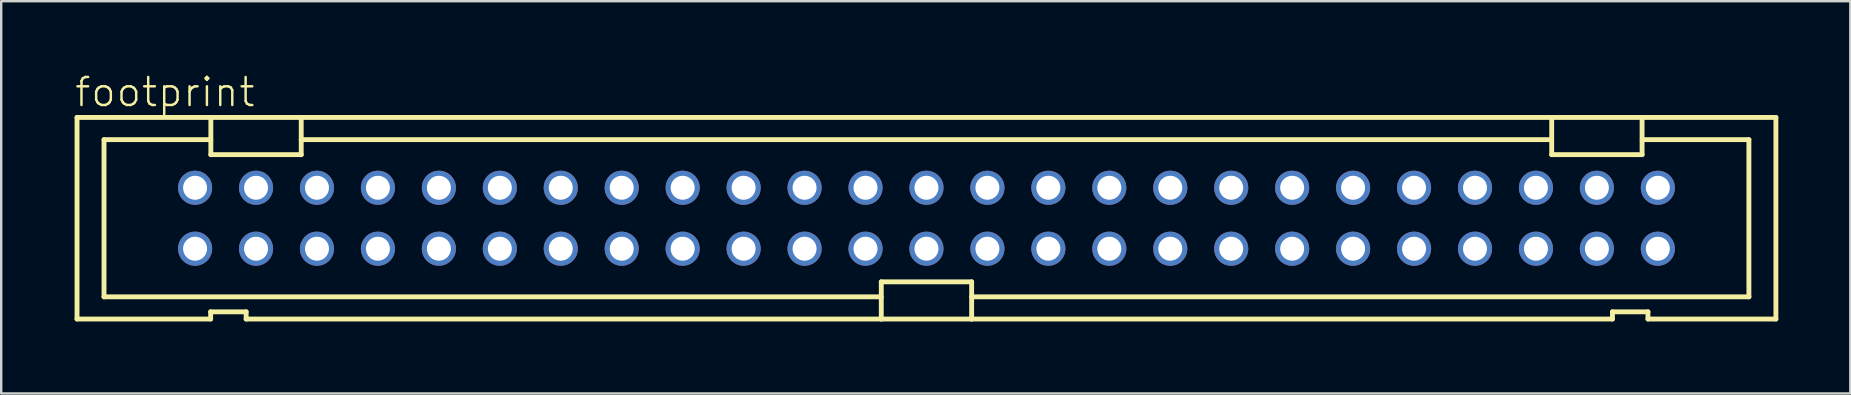
<source format=kicad_pcb>
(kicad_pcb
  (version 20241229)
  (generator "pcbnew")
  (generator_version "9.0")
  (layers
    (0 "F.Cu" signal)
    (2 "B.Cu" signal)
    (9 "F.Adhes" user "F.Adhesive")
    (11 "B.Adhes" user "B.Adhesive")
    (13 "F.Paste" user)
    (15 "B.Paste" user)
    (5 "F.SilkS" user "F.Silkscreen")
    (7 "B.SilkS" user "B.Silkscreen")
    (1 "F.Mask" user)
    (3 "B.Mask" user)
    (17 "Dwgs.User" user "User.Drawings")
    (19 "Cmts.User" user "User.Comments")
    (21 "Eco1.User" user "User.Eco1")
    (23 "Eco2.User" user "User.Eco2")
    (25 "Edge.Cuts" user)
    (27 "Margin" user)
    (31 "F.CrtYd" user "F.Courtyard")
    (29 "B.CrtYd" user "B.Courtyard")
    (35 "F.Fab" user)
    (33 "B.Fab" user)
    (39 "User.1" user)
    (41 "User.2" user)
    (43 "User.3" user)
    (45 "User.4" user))
  (footprint "footprint"
    (layer "F.Cu")
    (at 35.56 6.045)
    (property "Reference" "footprint" (at -35.56 -4.572 0) (layer "F.SilkS") (effects (font (size 1.168 1.168) (thickness 0.102)) (justify left bottom)))
    (fp_line (start -35.4 -4.2) (end -29.823 -4.2) (stroke (width 0.203) (type solid)) (layer "F.SilkS"))
    (fp_line (start -35.4 4.2) (end -35.4 -4.2) (stroke (width 0.203) (type solid)) (layer "F.SilkS"))
    (fp_line (start -34.275 -3.275) (end -29.83 -3.275) (stroke (width 0.203) (type solid)) (layer "F.SilkS"))
    (fp_line (start -34.275 3.275) (end -34.275 -3.275) (stroke (width 0.203) (type solid)) (layer "F.SilkS"))
    (fp_line (start -29.831 3.9) (end -29.831 4.2) (stroke (width 0.203) (type solid)) (layer "F.SilkS"))
    (fp_line (start -29.831 4.2) (end -35.4 4.2) (stroke (width 0.203) (type solid)) (layer "F.SilkS"))
    (fp_line (start -29.823 -4.2) (end -29.823 -2.65) (stroke (width 0.203) (type solid)) (layer "F.SilkS"))
    (fp_line (start -29.823 -4.2) (end -26.057 -4.2) (stroke (width 0.203) (type solid)) (layer "F.SilkS"))
    (fp_line (start -29.823 -2.65) (end -26.057 -2.65) (stroke (width 0.203) (type solid)) (layer "F.SilkS"))
    (fp_line (start -28.352 3.9) (end -29.831 3.9) (stroke (width 0.203) (type solid)) (layer "F.SilkS"))
    (fp_line (start -28.352 4.2) (end -28.352 3.9) (stroke (width 0.203) (type solid)) (layer "F.SilkS"))
    (fp_line (start -26.057 -4.2) (end 26.057 -4.2) (stroke (width 0.203) (type solid)) (layer "F.SilkS"))
    (fp_line (start -26.057 -2.65) (end -26.057 -4.2) (stroke (width 0.203) (type solid)) (layer "F.SilkS"))
    (fp_line (start -26.055 -3.275) (end 26.055 -3.275) (stroke (width 0.203) (type solid)) (layer "F.SilkS"))
    (fp_line (start -1.883 2.65) (end -1.883 4.2) (stroke (width 0.203) (type solid)) (layer "F.SilkS"))
    (fp_line (start -1.883 3.275) (end -34.275 3.275) (stroke (width 0.203) (type solid)) (layer "F.SilkS"))
    (fp_line (start -1.883 4.2) (end -28.352 4.2) (stroke (width 0.203) (type solid)) (layer "F.SilkS"))
    (fp_line (start 1.883 2.65) (end -1.883 2.65) (stroke (width 0.203) (type solid)) (layer "F.SilkS"))
    (fp_line (start 1.883 4.2) (end -1.883 4.2) (stroke (width 0.203) (type solid)) (layer "F.SilkS"))
    (fp_line (start 1.883 4.2) (end 1.883 2.65) (stroke (width 0.203) (type solid)) (layer "F.SilkS"))
    (fp_line (start 26.057 -4.2) (end 26.057 -2.65) (stroke (width 0.203) (type solid)) (layer "F.SilkS"))
    (fp_line (start 26.057 -4.2) (end 29.823 -4.2) (stroke (width 0.203) (type solid)) (layer "F.SilkS"))
    (fp_line (start 26.057 -2.65) (end 29.823 -2.65) (stroke (width 0.203) (type solid)) (layer "F.SilkS"))
    (fp_line (start 28.589 3.9) (end 28.589 4.2) (stroke (width 0.203) (type solid)) (layer "F.SilkS"))
    (fp_line (start 28.589 4.2) (end 1.883 4.2) (stroke (width 0.203) (type solid)) (layer "F.SilkS"))
    (fp_line (start 29.823 -4.2) (end 35.4 -4.2) (stroke (width 0.203) (type solid)) (layer "F.SilkS"))
    (fp_line (start 29.823 -2.65) (end 29.823 -4.2) (stroke (width 0.203) (type solid)) (layer "F.SilkS"))
    (fp_line (start 29.83 -3.275) (end 34.275 -3.275) (stroke (width 0.203) (type solid)) (layer "F.SilkS"))
    (fp_line (start 30.068 3.9) (end 28.589 3.9) (stroke (width 0.203) (type solid)) (layer "F.SilkS"))
    (fp_line (start 30.068 4.2) (end 30.068 3.9) (stroke (width 0.203) (type solid)) (layer "F.SilkS"))
    (fp_line (start 34.275 -3.275) (end 34.275 3.275) (stroke (width 0.203) (type solid)) (layer "F.SilkS"))
    (fp_line (start 34.275 3.275) (end 1.883 3.275) (stroke (width 0.203) (type solid)) (layer "F.SilkS"))
    (fp_line (start 35.4 -4.2) (end 35.4 4.2) (stroke (width 0.203) (type solid)) (layer "F.SilkS"))
    (fp_line (start 35.4 4.2) (end 30.068 4.2) (stroke (width 0.203) (type solid)) (layer "F.SilkS"))
    (pad "1" thru_hole circle (at -30.48 1.27) (size 1.422 1.422) (drill 1) (layers "*.Cu" "*.Mask"))
    (pad "2" thru_hole circle (at -30.48 -1.27) (size 1.422 1.422) (drill 1) (layers "*.Cu" "*.Mask"))
    (pad "3" thru_hole circle (at -27.94 1.27) (size 1.422 1.422) (drill 1) (layers "*.Cu" "*.Mask"))
    (pad "4" thru_hole circle (at -27.94 -1.27) (size 1.422 1.422) (drill 1) (layers "*.Cu" "*.Mask"))
    (pad "5" thru_hole circle (at -25.4 1.27) (size 1.422 1.422) (drill 1) (layers "*.Cu" "*.Mask"))
    (pad "6" thru_hole circle (at -25.4 -1.27) (size 1.422 1.422) (drill 1) (layers "*.Cu" "*.Mask"))
    (pad "7" thru_hole circle (at -22.86 1.27) (size 1.422 1.422) (drill 1) (layers "*.Cu" "*.Mask"))
    (pad "8" thru_hole circle (at -22.86 -1.27) (size 1.422 1.422) (drill 1) (layers "*.Cu" "*.Mask"))
    (pad "9" thru_hole circle (at -20.32 1.27) (size 1.422 1.422) (drill 1) (layers "*.Cu" "*.Mask"))
    (pad "10" thru_hole circle (at -20.32 -1.27) (size 1.422 1.422) (drill 1) (layers "*.Cu" "*.Mask"))
    (pad "11" thru_hole circle (at -17.78 1.27) (size 1.422 1.422) (drill 1) (layers "*.Cu" "*.Mask"))
    (pad "12" thru_hole circle (at -17.78 -1.27) (size 1.422 1.422) (drill 1) (layers "*.Cu" "*.Mask"))
    (pad "13" thru_hole circle (at -15.24 1.27) (size 1.422 1.422) (drill 1) (layers "*.Cu" "*.Mask"))
    (pad "14" thru_hole circle (at -15.24 -1.27) (size 1.422 1.422) (drill 1) (layers "*.Cu" "*.Mask"))
    (pad "15" thru_hole circle (at -12.7 1.27) (size 1.422 1.422) (drill 1) (layers "*.Cu" "*.Mask"))
    (pad "16" thru_hole circle (at -12.7 -1.27) (size 1.422 1.422) (drill 1) (layers "*.Cu" "*.Mask"))
    (pad "17" thru_hole circle (at -10.16 1.27) (size 1.422 1.422) (drill 1) (layers "*.Cu" "*.Mask"))
    (pad "18" thru_hole circle (at -10.16 -1.27) (size 1.422 1.422) (drill 1) (layers "*.Cu" "*.Mask"))
    (pad "19" thru_hole circle (at -7.62 1.27) (size 1.422 1.422) (drill 1) (layers "*.Cu" "*.Mask"))
    (pad "20" thru_hole circle (at -7.62 -1.27) (size 1.422 1.422) (drill 1) (layers "*.Cu" "*.Mask"))
    (pad "21" thru_hole circle (at -5.08 1.27) (size 1.422 1.422) (drill 1) (layers "*.Cu" "*.Mask"))
    (pad "22" thru_hole circle (at -5.08 -1.27) (size 1.422 1.422) (drill 1) (layers "*.Cu" "*.Mask"))
    (pad "23" thru_hole circle (at -2.54 1.27) (size 1.422 1.422) (drill 1) (layers "*.Cu" "*.Mask"))
    (pad "24" thru_hole circle (at -2.54 -1.27) (size 1.422 1.422) (drill 1) (layers "*.Cu" "*.Mask"))
    (pad "25" thru_hole circle (at 0 1.27) (size 1.422 1.422) (drill 1) (layers "*.Cu" "*.Mask"))
    (pad "26" thru_hole circle (at 0 -1.27) (size 1.422 1.422) (drill 1) (layers "*.Cu" "*.Mask"))
    (pad "27" thru_hole circle (at 2.54 1.27) (size 1.422 1.422) (drill 1) (layers "*.Cu" "*.Mask"))
    (pad "28" thru_hole circle (at 2.54 -1.27) (size 1.422 1.422) (drill 1) (layers "*.Cu" "*.Mask"))
    (pad "29" thru_hole circle (at 5.08 1.27) (size 1.422 1.422) (drill 1) (layers "*.Cu" "*.Mask"))
    (pad "30" thru_hole circle (at 5.08 -1.27) (size 1.422 1.422) (drill 1) (layers "*.Cu" "*.Mask"))
    (pad "31" thru_hole circle (at 7.62 1.27) (size 1.422 1.422) (drill 1) (layers "*.Cu" "*.Mask"))
    (pad "32" thru_hole circle (at 7.62 -1.27) (size 1.422 1.422) (drill 1) (layers "*.Cu" "*.Mask"))
    (pad "33" thru_hole circle (at 10.16 1.27) (size 1.422 1.422) (drill 1) (layers "*.Cu" "*.Mask"))
    (pad "34" thru_hole circle (at 10.16 -1.27) (size 1.422 1.422) (drill 1) (layers "*.Cu" "*.Mask"))
    (pad "35" thru_hole circle (at 12.7 1.27) (size 1.422 1.422) (drill 1) (layers "*.Cu" "*.Mask"))
    (pad "36" thru_hole circle (at 12.7 -1.27) (size 1.422 1.422) (drill 1) (layers "*.Cu" "*.Mask"))
    (pad "37" thru_hole circle (at 15.24 1.27) (size 1.422 1.422) (drill 1) (layers "*.Cu" "*.Mask"))
    (pad "38" thru_hole circle (at 15.24 -1.27) (size 1.422 1.422) (drill 1) (layers "*.Cu" "*.Mask"))
    (pad "39" thru_hole circle (at 17.78 1.27) (size 1.422 1.422) (drill 1) (layers "*.Cu" "*.Mask"))
    (pad "40" thru_hole circle (at 17.78 -1.27) (size 1.422 1.422) (drill 1) (layers "*.Cu" "*.Mask"))
    (pad "41" thru_hole circle (at 20.32 1.27) (size 1.422 1.422) (drill 1) (layers "*.Cu" "*.Mask"))
    (pad "42" thru_hole circle (at 20.32 -1.27) (size 1.422 1.422) (drill 1) (layers "*.Cu" "*.Mask"))
    (pad "43" thru_hole circle (at 22.86 1.27) (size 1.422 1.422) (drill 1) (layers "*.Cu" "*.Mask"))
    (pad "44" thru_hole circle (at 22.86 -1.27) (size 1.422 1.422) (drill 1) (layers "*.Cu" "*.Mask"))
    (pad "45" thru_hole circle (at 25.4 1.27) (size 1.422 1.422) (drill 1) (layers "*.Cu" "*.Mask"))
    (pad "46" thru_hole circle (at 25.4 -1.27) (size 1.422 1.422) (drill 1) (layers "*.Cu" "*.Mask"))
    (pad "47" thru_hole circle (at 27.94 1.27) (size 1.422 1.422) (drill 1) (layers "*.Cu" "*.Mask"))
    (pad "48" thru_hole circle (at 27.94 -1.27) (size 1.422 1.422) (drill 1) (layers "*.Cu" "*.Mask"))
    (pad "49" thru_hole circle (at 30.48 1.27) (size 1.422 1.422) (drill 1) (layers "*.Cu" "*.Mask"))
    (pad "50" thru_hole circle (at 30.48 -1.27) (size 1.422 1.422) (drill 1) (layers "*.Cu" "*.Mask")))
  (gr_rect
    (start -3 -3)
    (end 74.062 13.347)
    (stroke (width 0.1) (type default))
    (fill no)
    (layer "Edge.Cuts")))
</source>
